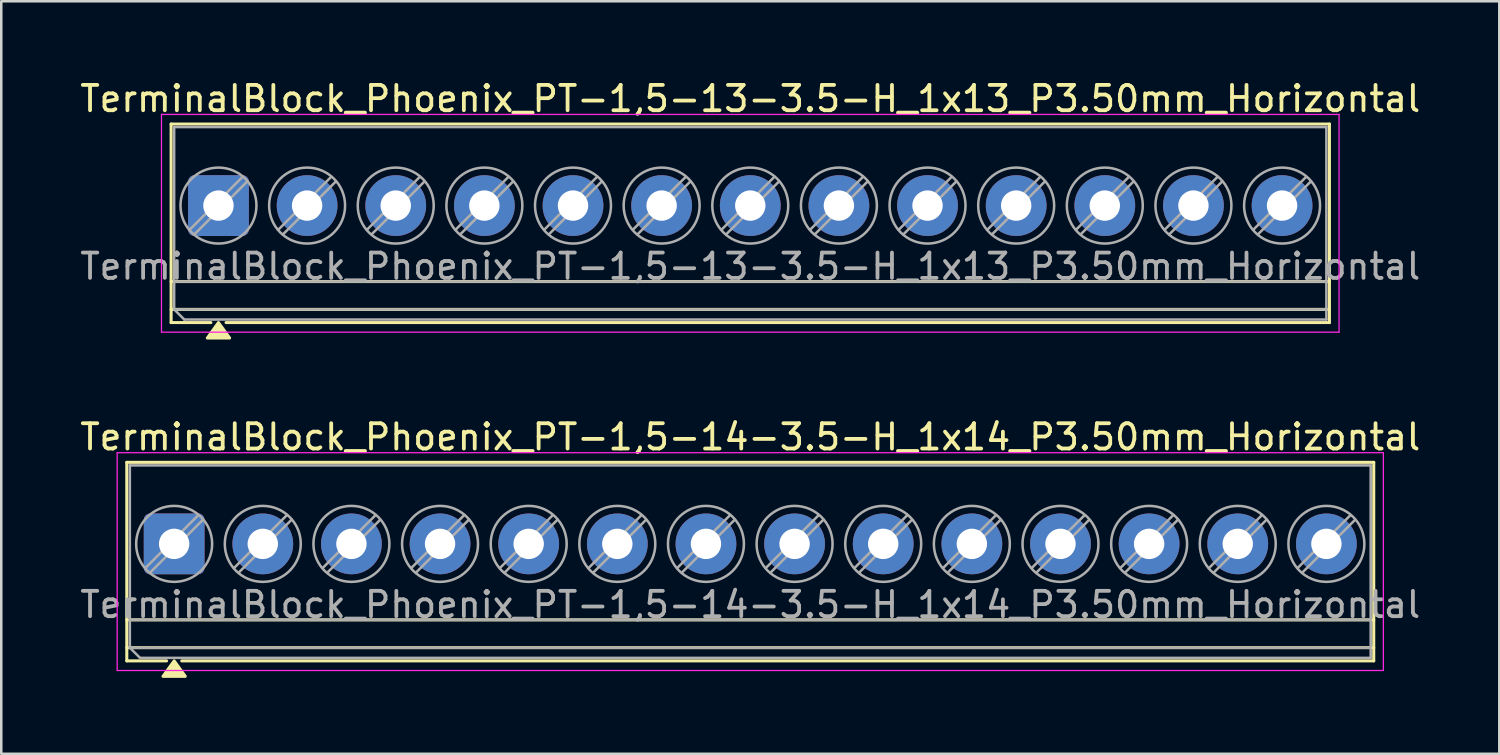
<source format=kicad_pcb>
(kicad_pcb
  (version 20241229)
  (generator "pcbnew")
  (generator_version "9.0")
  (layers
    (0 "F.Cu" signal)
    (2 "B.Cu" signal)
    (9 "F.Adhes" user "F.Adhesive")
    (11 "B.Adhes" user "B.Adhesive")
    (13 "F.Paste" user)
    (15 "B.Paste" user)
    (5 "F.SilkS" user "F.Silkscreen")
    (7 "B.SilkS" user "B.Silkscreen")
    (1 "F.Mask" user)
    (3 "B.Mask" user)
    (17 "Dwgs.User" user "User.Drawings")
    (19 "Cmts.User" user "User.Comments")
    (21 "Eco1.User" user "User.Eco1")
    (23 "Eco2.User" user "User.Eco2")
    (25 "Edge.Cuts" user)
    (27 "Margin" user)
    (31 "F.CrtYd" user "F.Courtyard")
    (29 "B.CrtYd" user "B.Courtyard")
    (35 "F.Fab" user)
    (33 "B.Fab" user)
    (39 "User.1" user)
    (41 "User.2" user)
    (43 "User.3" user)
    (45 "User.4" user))
  (footprint "TerminalBlock_Phoenix_PT-1,5-14-3.5-H_1x14_P3.50mm_Horizontal"
    (layer "F.Cu")
    (at 3.827 18.427)
    (property "Reference" "TerminalBlock_Phoenix_PT-1,5-14-3.5-H_1x14_P3.50mm_Horizontal" (at 22.75 -4.22 0) (layer "F.SilkS") (effects (font (size 1 1) (thickness 0.15))))
    (attr through_hole)
    (fp_line (start -1.87 -3.22) (end -1.87 4.62) (stroke (width 0.12) (type solid)) (layer "F.SilkS"))
    (fp_line (start -1.87 -3.22) (end 47.37 -3.22) (stroke (width 0.12) (type solid)) (layer "F.SilkS"))
    (fp_line (start -1.87 3) (end 47.37 3) (stroke (width 0.12) (type solid)) (layer "F.SilkS"))
    (fp_line (start -1.87 4.1) (end 47.37 4.1) (stroke (width 0.12) (type solid)) (layer "F.SilkS"))
    (fp_line (start -1.87 4.62) (end -0.3 4.62) (stroke (width 0.12) (type solid)) (layer "F.SilkS"))
    (fp_line (start 0.3 4.62) (end 47.37 4.62) (stroke (width 0.12) (type solid)) (layer "F.SilkS"))
    (fp_line (start 47.37 -3.22) (end 47.37 4.62) (stroke (width 0.12) (type solid)) (layer "F.SilkS"))
    (fp_poly (pts (xy 0 4.62) (xy 0.44 5.23) (xy -0.44 5.23)) (stroke (width 0.12) (type solid)) (fill yes) (layer "F.SilkS"))
    (fp_line (start -2.25 -3.6) (end -2.25 5) (stroke (width 0.05) (type solid)) (layer "F.CrtYd"))
    (fp_line (start -2.25 5) (end 47.75 5) (stroke (width 0.05) (type solid)) (layer "F.CrtYd"))
    (fp_line (start 47.75 -3.6) (end -2.25 -3.6) (stroke (width 0.05) (type solid)) (layer "F.CrtYd"))
    (fp_line (start 47.75 5) (end 47.75 -3.6) (stroke (width 0.05) (type solid)) (layer "F.CrtYd"))
    (fp_line (start -1.75 -3.1) (end 47.25 -3.1) (stroke (width 0.1) (type solid)) (layer "F.Fab"))
    (fp_line (start -1.75 3) (end 47.25 3) (stroke (width 0.1) (type solid)) (layer "F.Fab"))
    (fp_line (start -1.75 4.1) (end -1.75 -3.1) (stroke (width 0.1) (type solid)) (layer "F.Fab"))
    (fp_line (start -1.75 4.1) (end 47.25 4.1) (stroke (width 0.1) (type solid)) (layer "F.Fab"))
    (fp_line (start -1.35 4.5) (end -1.75 4.1) (stroke (width 0.1) (type solid)) (layer "F.Fab"))
    (fp_line (start 0.955 -1.138) (end -1.138 0.955) (stroke (width 0.1) (type solid)) (layer "F.Fab"))
    (fp_line (start 1.138 -0.955) (end -0.955 1.138) (stroke (width 0.1) (type solid)) (layer "F.Fab"))
    (fp_line (start 4.455 -1.138) (end 2.362 0.955) (stroke (width 0.1) (type solid)) (layer "F.Fab"))
    (fp_line (start 4.638 -0.955) (end 2.545 1.138) (stroke (width 0.1) (type solid)) (layer "F.Fab"))
    (fp_line (start 7.955 -1.138) (end 5.862 0.955) (stroke (width 0.1) (type solid)) (layer "F.Fab"))
    (fp_line (start 8.138 -0.955) (end 6.045 1.138) (stroke (width 0.1) (type solid)) (layer "F.Fab"))
    (fp_line (start 11.455 -1.138) (end 9.362 0.955) (stroke (width 0.1) (type solid)) (layer "F.Fab"))
    (fp_line (start 11.638 -0.955) (end 9.545 1.138) (stroke (width 0.1) (type solid)) (layer "F.Fab"))
    (fp_line (start 14.955 -1.138) (end 12.862 0.955) (stroke (width 0.1) (type solid)) (layer "F.Fab"))
    (fp_line (start 15.138 -0.955) (end 13.045 1.138) (stroke (width 0.1) (type solid)) (layer "F.Fab"))
    (fp_line (start 18.455 -1.138) (end 16.362 0.955) (stroke (width 0.1) (type solid)) (layer "F.Fab"))
    (fp_line (start 18.638 -0.955) (end 16.545 1.138) (stroke (width 0.1) (type solid)) (layer "F.Fab"))
    (fp_line (start 21.955 -1.138) (end 19.862 0.955) (stroke (width 0.1) (type solid)) (layer "F.Fab"))
    (fp_line (start 22.138 -0.955) (end 20.045 1.138) (stroke (width 0.1) (type solid)) (layer "F.Fab"))
    (fp_line (start 25.455 -1.138) (end 23.362 0.955) (stroke (width 0.1) (type solid)) (layer "F.Fab"))
    (fp_line (start 25.638 -0.955) (end 23.545 1.138) (stroke (width 0.1) (type solid)) (layer "F.Fab"))
    (fp_line (start 28.955 -1.138) (end 26.862 0.955) (stroke (width 0.1) (type solid)) (layer "F.Fab"))
    (fp_line (start 29.138 -0.955) (end 27.045 1.138) (stroke (width 0.1) (type solid)) (layer "F.Fab"))
    (fp_line (start 32.455 -1.138) (end 30.362 0.955) (stroke (width 0.1) (type solid)) (layer "F.Fab"))
    (fp_line (start 32.638 -0.955) (end 30.545 1.138) (stroke (width 0.1) (type solid)) (layer "F.Fab"))
    (fp_line (start 35.955 -1.138) (end 33.862 0.955) (stroke (width 0.1) (type solid)) (layer "F.Fab"))
    (fp_line (start 36.138 -0.955) (end 34.045 1.138) (stroke (width 0.1) (type solid)) (layer "F.Fab"))
    (fp_line (start 39.455 -1.138) (end 37.362 0.955) (stroke (width 0.1) (type solid)) (layer "F.Fab"))
    (fp_line (start 39.638 -0.955) (end 37.545 1.138) (stroke (width 0.1) (type solid)) (layer "F.Fab"))
    (fp_line (start 42.955 -1.138) (end 40.862 0.955) (stroke (width 0.1) (type solid)) (layer "F.Fab"))
    (fp_line (start 43.138 -0.955) (end 41.045 1.138) (stroke (width 0.1) (type solid)) (layer "F.Fab"))
    (fp_line (start 46.455 -1.138) (end 44.362 0.955) (stroke (width 0.1) (type solid)) (layer "F.Fab"))
    (fp_line (start 46.638 -0.955) (end 44.545 1.138) (stroke (width 0.1) (type solid)) (layer "F.Fab"))
    (fp_line (start 47.25 -3.1) (end 47.25 4.5) (stroke (width 0.1) (type solid)) (layer "F.Fab"))
    (fp_line (start 47.25 4.5) (end -1.35 4.5) (stroke (width 0.1) (type solid)) (layer "F.Fab"))
    (fp_circle (center 0 0) (end 1.5 0) (stroke (width 0.1) (type solid)) (fill no) (layer "F.Fab"))
    (fp_circle (center 3.5 0) (end 5 0) (stroke (width 0.1) (type solid)) (fill no) (layer "F.Fab"))
    (fp_circle (center 7 0) (end 8.5 0) (stroke (width 0.1) (type solid)) (fill no) (layer "F.Fab"))
    (fp_circle (center 10.5 0) (end 12 0) (stroke (width 0.1) (type solid)) (fill no) (layer "F.Fab"))
    (fp_circle (center 14 0) (end 15.5 0) (stroke (width 0.1) (type solid)) (fill no) (layer "F.Fab"))
    (fp_circle (center 17.5 0) (end 19 0) (stroke (width 0.1) (type solid)) (fill no) (layer "F.Fab"))
    (fp_circle (center 21 0) (end 22.5 0) (stroke (width 0.1) (type solid)) (fill no) (layer "F.Fab"))
    (fp_circle (center 24.5 0) (end 26 0) (stroke (width 0.1) (type solid)) (fill no) (layer "F.Fab"))
    (fp_circle (center 28 0) (end 29.5 0) (stroke (width 0.1) (type solid)) (fill no) (layer "F.Fab"))
    (fp_circle (center 31.5 0) (end 33 0) (stroke (width 0.1) (type solid)) (fill no) (layer "F.Fab"))
    (fp_circle (center 35 0) (end 36.5 0) (stroke (width 0.1) (type solid)) (fill no) (layer "F.Fab"))
    (fp_circle (center 38.5 0) (end 40 0) (stroke (width 0.1) (type solid)) (fill no) (layer "F.Fab"))
    (fp_circle (center 42 0) (end 43.5 0) (stroke (width 0.1) (type solid)) (fill no) (layer "F.Fab"))
    (fp_circle (center 45.5 0) (end 47 0) (stroke (width 0.1) (type solid)) (fill no) (layer "F.Fab"))
    (fp_text user "${REFERENCE}" (at 22.75 2.4 0) (layer "F.Fab") (effects (font (size 1 1) (thickness 0.15))))
    (pad "1" thru_hole roundrect (at 0 0) (size 2.4 2.4) (drill 1.2) (layers "*.Cu" "*.Mask") (roundrect_rratio 0.104))
    (pad "2" thru_hole circle (at 3.5 0) (size 2.4 2.4) (drill 1.2) (layers "*.Cu" "*.Mask"))
    (pad "3" thru_hole circle (at 7 0) (size 2.4 2.4) (drill 1.2) (layers "*.Cu" "*.Mask"))
    (pad "4" thru_hole circle (at 10.5 0) (size 2.4 2.4) (drill 1.2) (layers "*.Cu" "*.Mask"))
    (pad "5" thru_hole circle (at 14 0) (size 2.4 2.4) (drill 1.2) (layers "*.Cu" "*.Mask"))
    (pad "6" thru_hole circle (at 17.5 0) (size 2.4 2.4) (drill 1.2) (layers "*.Cu" "*.Mask"))
    (pad "7" thru_hole circle (at 21 0) (size 2.4 2.4) (drill 1.2) (layers "*.Cu" "*.Mask"))
    (pad "8" thru_hole circle (at 24.5 0) (size 2.4 2.4) (drill 1.2) (layers "*.Cu" "*.Mask"))
    (pad "9" thru_hole circle (at 28 0) (size 2.4 2.4) (drill 1.2) (layers "*.Cu" "*.Mask"))
    (pad "10" thru_hole circle (at 31.5 0) (size 2.4 2.4) (drill 1.2) (layers "*.Cu" "*.Mask"))
    (pad "11" thru_hole circle (at 35 0) (size 2.4 2.4) (drill 1.2) (layers "*.Cu" "*.Mask"))
    (pad "12" thru_hole circle (at 38.5 0) (size 2.4 2.4) (drill 1.2) (layers "*.Cu" "*.Mask"))
    (pad "13" thru_hole circle (at 42 0) (size 2.4 2.4) (drill 1.2) (layers "*.Cu" "*.Mask"))
    (pad "14" thru_hole circle (at 45.5 0) (size 2.4 2.4) (drill 1.2) (layers "*.Cu" "*.Mask")))
  (footprint "TerminalBlock_Phoenix_PT-1,5-13-3.5-H_1x13_P3.50mm_Horizontal"
    (layer "F.Cu")
    (at 5.577 5.068)
    (property "Reference" "TerminalBlock_Phoenix_PT-1,5-13-3.5-H_1x13_P3.50mm_Horizontal" (at 21 -4.22 0) (layer "F.SilkS") (effects (font (size 1 1) (thickness 0.15))))
    (attr through_hole)
    (fp_line (start -1.87 -3.22) (end -1.87 4.62) (stroke (width 0.12) (type solid)) (layer "F.SilkS"))
    (fp_line (start -1.87 -3.22) (end 43.87 -3.22) (stroke (width 0.12) (type solid)) (layer "F.SilkS"))
    (fp_line (start -1.87 3) (end 43.87 3) (stroke (width 0.12) (type solid)) (layer "F.SilkS"))
    (fp_line (start -1.87 4.1) (end 43.87 4.1) (stroke (width 0.12) (type solid)) (layer "F.SilkS"))
    (fp_line (start -1.87 4.62) (end -0.3 4.62) (stroke (width 0.12) (type solid)) (layer "F.SilkS"))
    (fp_line (start 0.3 4.62) (end 43.87 4.62) (stroke (width 0.12) (type solid)) (layer "F.SilkS"))
    (fp_line (start 43.87 -3.22) (end 43.87 4.62) (stroke (width 0.12) (type solid)) (layer "F.SilkS"))
    (fp_poly (pts (xy 0 4.62) (xy 0.44 5.23) (xy -0.44 5.23)) (stroke (width 0.12) (type solid)) (fill yes) (layer "F.SilkS"))
    (fp_line (start -2.25 -3.6) (end -2.25 5) (stroke (width 0.05) (type solid)) (layer "F.CrtYd"))
    (fp_line (start -2.25 5) (end 44.25 5) (stroke (width 0.05) (type solid)) (layer "F.CrtYd"))
    (fp_line (start 44.25 -3.6) (end -2.25 -3.6) (stroke (width 0.05) (type solid)) (layer "F.CrtYd"))
    (fp_line (start 44.25 5) (end 44.25 -3.6) (stroke (width 0.05) (type solid)) (layer "F.CrtYd"))
    (fp_line (start -1.75 -3.1) (end 43.75 -3.1) (stroke (width 0.1) (type solid)) (layer "F.Fab"))
    (fp_line (start -1.75 3) (end 43.75 3) (stroke (width 0.1) (type solid)) (layer "F.Fab"))
    (fp_line (start -1.75 4.1) (end -1.75 -3.1) (stroke (width 0.1) (type solid)) (layer "F.Fab"))
    (fp_line (start -1.75 4.1) (end 43.75 4.1) (stroke (width 0.1) (type solid)) (layer "F.Fab"))
    (fp_line (start -1.35 4.5) (end -1.75 4.1) (stroke (width 0.1) (type solid)) (layer "F.Fab"))
    (fp_line (start 0.955 -1.138) (end -1.138 0.955) (stroke (width 0.1) (type solid)) (layer "F.Fab"))
    (fp_line (start 1.138 -0.955) (end -0.955 1.138) (stroke (width 0.1) (type solid)) (layer "F.Fab"))
    (fp_line (start 4.455 -1.138) (end 2.362 0.955) (stroke (width 0.1) (type solid)) (layer "F.Fab"))
    (fp_line (start 4.638 -0.955) (end 2.545 1.138) (stroke (width 0.1) (type solid)) (layer "F.Fab"))
    (fp_line (start 7.955 -1.138) (end 5.862 0.955) (stroke (width 0.1) (type solid)) (layer "F.Fab"))
    (fp_line (start 8.138 -0.955) (end 6.045 1.138) (stroke (width 0.1) (type solid)) (layer "F.Fab"))
    (fp_line (start 11.455 -1.138) (end 9.362 0.955) (stroke (width 0.1) (type solid)) (layer "F.Fab"))
    (fp_line (start 11.638 -0.955) (end 9.545 1.138) (stroke (width 0.1) (type solid)) (layer "F.Fab"))
    (fp_line (start 14.955 -1.138) (end 12.862 0.955) (stroke (width 0.1) (type solid)) (layer "F.Fab"))
    (fp_line (start 15.138 -0.955) (end 13.045 1.138) (stroke (width 0.1) (type solid)) (layer "F.Fab"))
    (fp_line (start 18.455 -1.138) (end 16.362 0.955) (stroke (width 0.1) (type solid)) (layer "F.Fab"))
    (fp_line (start 18.638 -0.955) (end 16.545 1.138) (stroke (width 0.1) (type solid)) (layer "F.Fab"))
    (fp_line (start 21.955 -1.138) (end 19.862 0.955) (stroke (width 0.1) (type solid)) (layer "F.Fab"))
    (fp_line (start 22.138 -0.955) (end 20.045 1.138) (stroke (width 0.1) (type solid)) (layer "F.Fab"))
    (fp_line (start 25.455 -1.138) (end 23.362 0.955) (stroke (width 0.1) (type solid)) (layer "F.Fab"))
    (fp_line (start 25.638 -0.955) (end 23.545 1.138) (stroke (width 0.1) (type solid)) (layer "F.Fab"))
    (fp_line (start 28.955 -1.138) (end 26.862 0.955) (stroke (width 0.1) (type solid)) (layer "F.Fab"))
    (fp_line (start 29.138 -0.955) (end 27.045 1.138) (stroke (width 0.1) (type solid)) (layer "F.Fab"))
    (fp_line (start 32.455 -1.138) (end 30.362 0.955) (stroke (width 0.1) (type solid)) (layer "F.Fab"))
    (fp_line (start 32.638 -0.955) (end 30.545 1.138) (stroke (width 0.1) (type solid)) (layer "F.Fab"))
    (fp_line (start 35.955 -1.138) (end 33.862 0.955) (stroke (width 0.1) (type solid)) (layer "F.Fab"))
    (fp_line (start 36.138 -0.955) (end 34.045 1.138) (stroke (width 0.1) (type solid)) (layer "F.Fab"))
    (fp_line (start 39.455 -1.138) (end 37.362 0.955) (stroke (width 0.1) (type solid)) (layer "F.Fab"))
    (fp_line (start 39.638 -0.955) (end 37.545 1.138) (stroke (width 0.1) (type solid)) (layer "F.Fab"))
    (fp_line (start 42.955 -1.138) (end 40.862 0.955) (stroke (width 0.1) (type solid)) (layer "F.Fab"))
    (fp_line (start 43.138 -0.955) (end 41.045 1.138) (stroke (width 0.1) (type solid)) (layer "F.Fab"))
    (fp_line (start 43.75 -3.1) (end 43.75 4.5) (stroke (width 0.1) (type solid)) (layer "F.Fab"))
    (fp_line (start 43.75 4.5) (end -1.35 4.5) (stroke (width 0.1) (type solid)) (layer "F.Fab"))
    (fp_circle (center 0 0) (end 1.5 0) (stroke (width 0.1) (type solid)) (fill no) (layer "F.Fab"))
    (fp_circle (center 3.5 0) (end 5 0) (stroke (width 0.1) (type solid)) (fill no) (layer "F.Fab"))
    (fp_circle (center 7 0) (end 8.5 0) (stroke (width 0.1) (type solid)) (fill no) (layer "F.Fab"))
    (fp_circle (center 10.5 0) (end 12 0) (stroke (width 0.1) (type solid)) (fill no) (layer "F.Fab"))
    (fp_circle (center 14 0) (end 15.5 0) (stroke (width 0.1) (type solid)) (fill no) (layer "F.Fab"))
    (fp_circle (center 17.5 0) (end 19 0) (stroke (width 0.1) (type solid)) (fill no) (layer "F.Fab"))
    (fp_circle (center 21 0) (end 22.5 0) (stroke (width 0.1) (type solid)) (fill no) (layer "F.Fab"))
    (fp_circle (center 24.5 0) (end 26 0) (stroke (width 0.1) (type solid)) (fill no) (layer "F.Fab"))
    (fp_circle (center 28 0) (end 29.5 0) (stroke (width 0.1) (type solid)) (fill no) (layer "F.Fab"))
    (fp_circle (center 31.5 0) (end 33 0) (stroke (width 0.1) (type solid)) (fill no) (layer "F.Fab"))
    (fp_circle (center 35 0) (end 36.5 0) (stroke (width 0.1) (type solid)) (fill no) (layer "F.Fab"))
    (fp_circle (center 38.5 0) (end 40 0) (stroke (width 0.1) (type solid)) (fill no) (layer "F.Fab"))
    (fp_circle (center 42 0) (end 43.5 0) (stroke (width 0.1) (type solid)) (fill no) (layer "F.Fab"))
    (fp_text user "${REFERENCE}" (at 21 2.4 0) (layer "F.Fab") (effects (font (size 1 1) (thickness 0.15))))
    (pad "1" thru_hole roundrect (at 0 0) (size 2.4 2.4) (drill 1.2) (layers "*.Cu" "*.Mask") (roundrect_rratio 0.104))
    (pad "2" thru_hole circle (at 3.5 0) (size 2.4 2.4) (drill 1.2) (layers "*.Cu" "*.Mask"))
    (pad "3" thru_hole circle (at 7 0) (size 2.4 2.4) (drill 1.2) (layers "*.Cu" "*.Mask"))
    (pad "4" thru_hole circle (at 10.5 0) (size 2.4 2.4) (drill 1.2) (layers "*.Cu" "*.Mask"))
    (pad "5" thru_hole circle (at 14 0) (size 2.4 2.4) (drill 1.2) (layers "*.Cu" "*.Mask"))
    (pad "6" thru_hole circle (at 17.5 0) (size 2.4 2.4) (drill 1.2) (layers "*.Cu" "*.Mask"))
    (pad "7" thru_hole circle (at 21 0) (size 2.4 2.4) (drill 1.2) (layers "*.Cu" "*.Mask"))
    (pad "8" thru_hole circle (at 24.5 0) (size 2.4 2.4) (drill 1.2) (layers "*.Cu" "*.Mask"))
    (pad "9" thru_hole circle (at 28 0) (size 2.4 2.4) (drill 1.2) (layers "*.Cu" "*.Mask"))
    (pad "10" thru_hole circle (at 31.5 0) (size 2.4 2.4) (drill 1.2) (layers "*.Cu" "*.Mask"))
    (pad "11" thru_hole circle (at 35 0) (size 2.4 2.4) (drill 1.2) (layers "*.Cu" "*.Mask"))
    (pad "12" thru_hole circle (at 38.5 0) (size 2.4 2.4) (drill 1.2) (layers "*.Cu" "*.Mask"))
    (pad "13" thru_hole circle (at 42 0) (size 2.4 2.4) (drill 1.2) (layers "*.Cu" "*.Mask")))
  (gr_rect
    (start -3 -3)
    (end 56.155 26.716)
    (stroke (width 0.1) (type default))
    (fill no)
    (layer "Edge.Cuts")))
</source>
